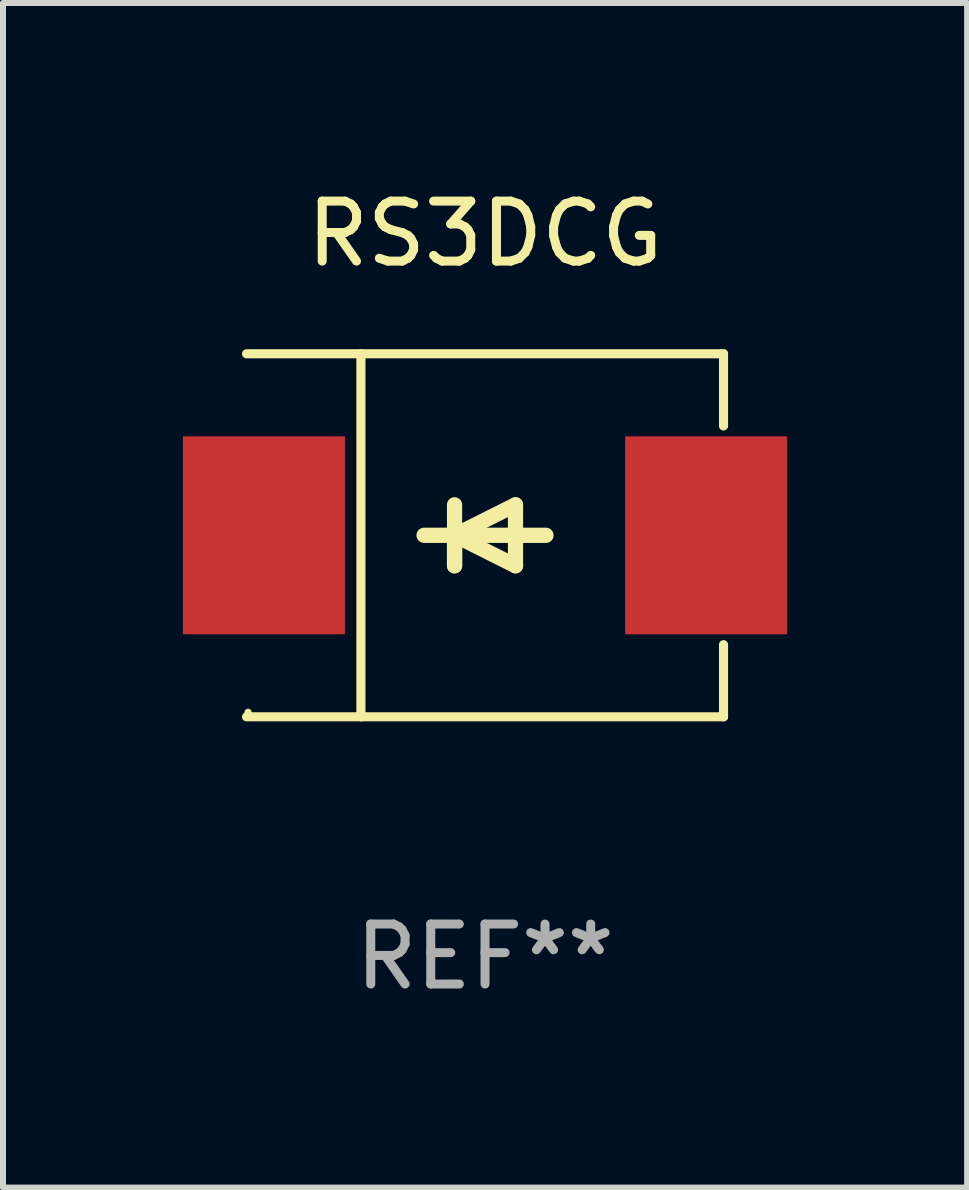
<source format=kicad_pcb>
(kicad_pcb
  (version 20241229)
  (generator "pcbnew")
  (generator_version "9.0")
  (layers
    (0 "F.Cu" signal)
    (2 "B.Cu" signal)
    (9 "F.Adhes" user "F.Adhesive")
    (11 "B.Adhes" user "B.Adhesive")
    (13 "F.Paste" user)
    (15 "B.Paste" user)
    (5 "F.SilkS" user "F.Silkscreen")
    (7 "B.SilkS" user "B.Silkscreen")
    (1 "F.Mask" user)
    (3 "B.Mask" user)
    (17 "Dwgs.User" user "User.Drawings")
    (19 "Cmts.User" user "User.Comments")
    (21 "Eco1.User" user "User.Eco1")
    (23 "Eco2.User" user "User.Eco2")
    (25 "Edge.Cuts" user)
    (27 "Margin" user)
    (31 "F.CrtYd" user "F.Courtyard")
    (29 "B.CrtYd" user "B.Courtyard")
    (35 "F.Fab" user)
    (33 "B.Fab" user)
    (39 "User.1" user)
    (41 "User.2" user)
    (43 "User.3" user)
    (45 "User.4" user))
  (footprint "RS3DCG"
    (layer "F.Cu")
    (at 5.036 5.874)
    (property "Reference" "RS3DCG" (at 0 -5.026 0) (layer "F.SilkS") (effects (font (size 1 1) (thickness 0.15))))
    (attr through_hole)
    (fp_line (start -3.976 -3.026) (end 3.976 -3.026) (stroke (width 0.152) (type solid)) (layer "F.SilkS"))
    (fp_line (start -3.976 3.026) (end 3.976 3.026) (stroke (width 0.152) (type solid)) (layer "F.SilkS"))
    (fp_line (start -2.069 -3.026) (end -2.069 3.026) (stroke (width 0.152) (type solid)) (layer "F.SilkS"))
    (fp_line (start -0.508 0) (end -0.508 0.508) (stroke (width 0.254) (type solid)) (layer "F.SilkS"))
    (fp_line (start -0.508 0) (end 0.508 0.508) (stroke (width 0.254) (type solid)) (layer "F.SilkS"))
    (fp_line (start -0.508 0.508) (end -0.508 -0.508) (stroke (width 0.254) (type solid)) (layer "F.SilkS"))
    (fp_line (start 0.508 -0.508) (end -0.508 0) (stroke (width 0.254) (type solid)) (layer "F.SilkS"))
    (fp_line (start 0.508 0.508) (end 0.508 -0.508) (stroke (width 0.254) (type solid)) (layer "F.SilkS"))
    (fp_line (start 1.016 0) (end -1.016 0) (stroke (width 0.254) (type solid)) (layer "F.SilkS"))
    (fp_line (start 3.976 -3.026) (end 3.976 -1.823) (stroke (width 0.152) (type solid)) (layer "F.SilkS"))
    (fp_line (start 3.976 3.026) (end 3.976 1.823) (stroke (width 0.152) (type solid)) (layer "F.SilkS"))
    (fp_circle (center -3.95 2.95) (end -3.92 2.95) (stroke (width 0.06) (type solid)) (fill no) (layer "F.SilkS"))
    (fp_text user "REF**" (at 0 7.026 0) (layer "F.Fab") (effects (font (size 1 1) (thickness 0.15))))
    (pad "1" smd rect (at -3.686 0) (size 2.7 3.3) (layers "F.Cu" "F.Mask" "F.Paste"))
    (pad "2" smd rect (at 3.686 0) (size 2.7 3.3) (layers "F.Cu" "F.Mask" "F.Paste")))
  (gr_rect
    (start -3 -3)
    (end 13.073 16.749)
    (stroke (width 0.1) (type default))
    (fill no)
    (layer "Edge.Cuts")))
</source>
